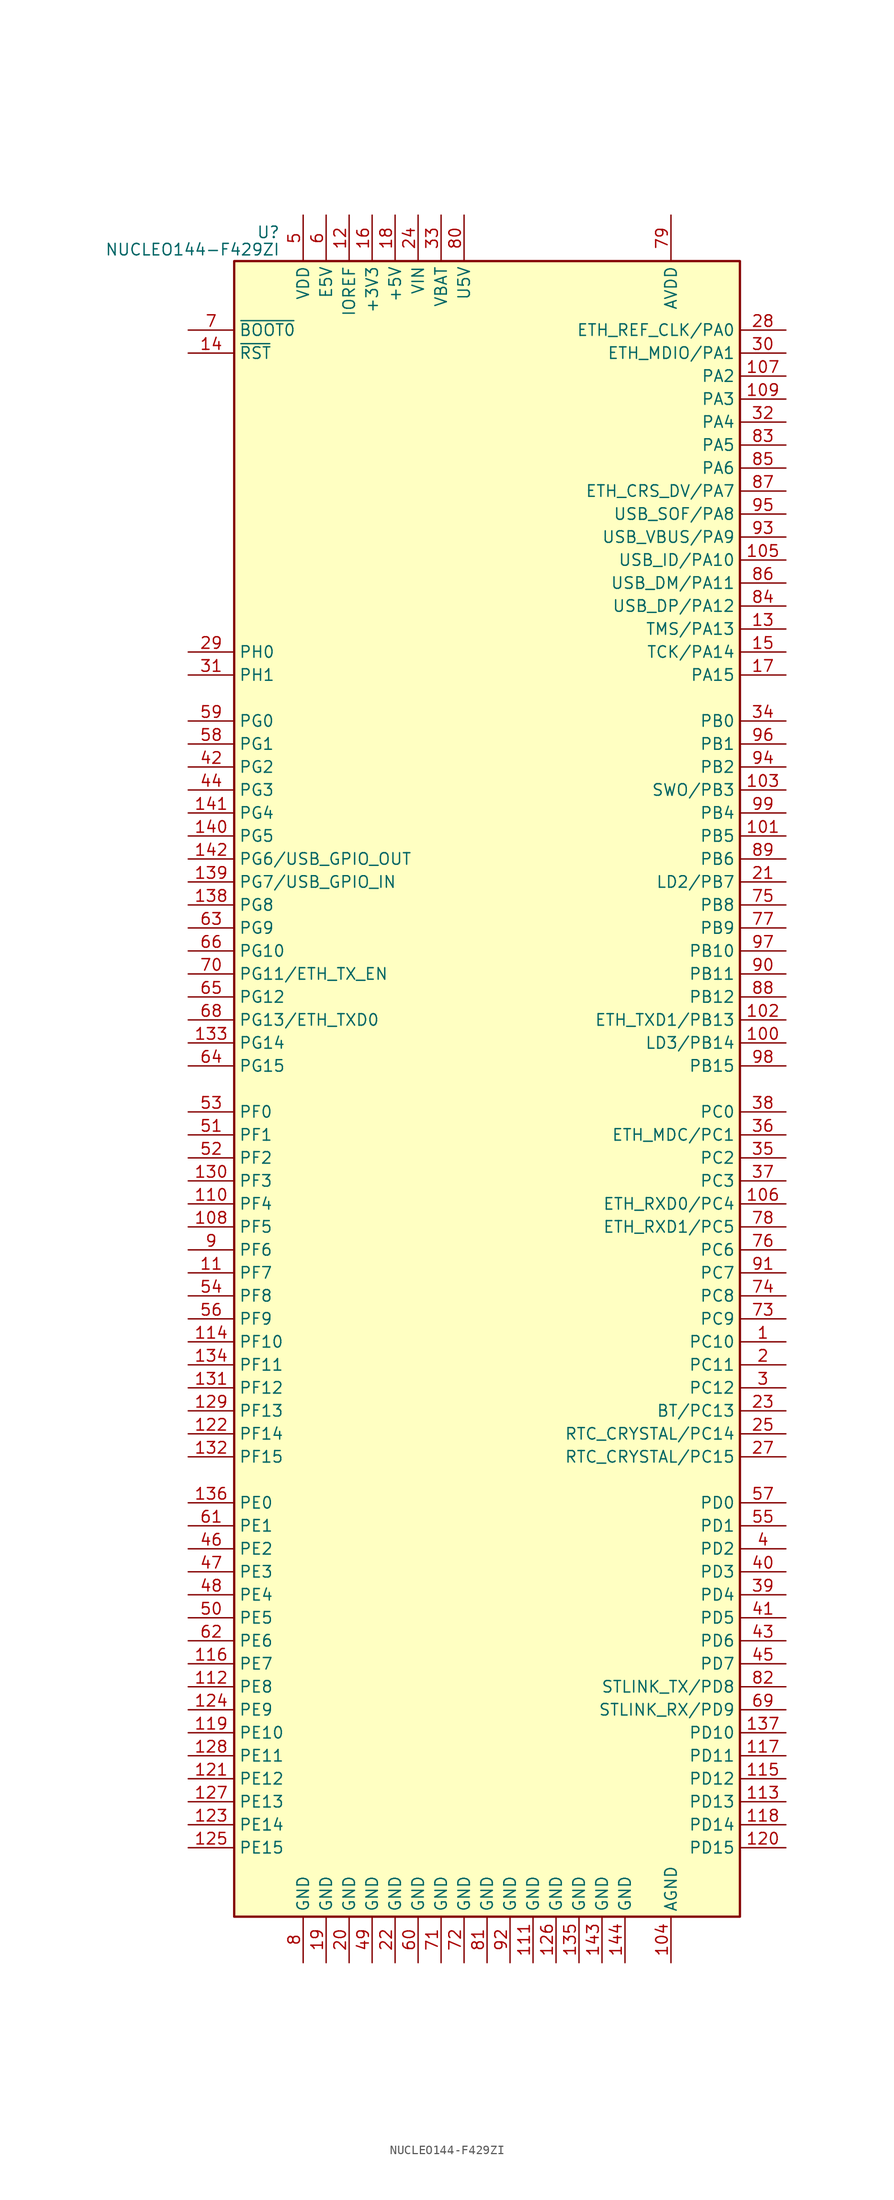
<source format=kicad_sym>
(kicad_symbol_lib
  (version 20201005)
  (generator kicad_symbol_editor)
  (symbol "NUCLEO144-F429ZI"
    (property "Reference" "U"
      (at -22.86 94.615 0)
      (effects (font (size 1.27 1.27)) (justify right)))
    (property "Value" "NUCLEO144-F429ZI"
      (at -22.86 92.71 0)
      (effects (font (size 1.27 1.27)) (justify right)))
    (symbol "NUCLEO144-F429ZI_0_1"
      (rectangle (start -27.94 -91.44) (end 27.94 91.44) (stroke (width 0.254)) (fill (type background))))
    (symbol "NUCLEO144-F429ZI_1_1"
      (pin bidirectional line (at 33.02 -27.94 180) (length 5.08) (name "PC10" (effects (font (size 1.27 1.27)))) (number "1" (effects (font (size 1.27 1.27)))))
      (pin no_connect line (at -33.02 55.88 0) (length 5.08) hide (name "NC" (effects (font (size 1.27 1.27)))) (number "10" (effects (font (size 1.27 1.27)))))
      (pin bidirectional line (at 33.02 5.08 180) (length 5.08) (name "LD3/PB14" (effects (font (size 1.27 1.27)))) (number "100" (effects (font (size 1.27 1.27)))))
      (pin bidirectional line (at 33.02 27.94 180) (length 5.08) (name "PB5" (effects (font (size 1.27 1.27)))) (number "101" (effects (font (size 1.27 1.27)))))
      (pin bidirectional line (at 33.02 7.62 180) (length 5.08) (name "ETH_TXD1/PB13" (effects (font (size 1.27 1.27)))) (number "102" (effects (font (size 1.27 1.27)))))
      (pin bidirectional line (at 33.02 33.02 180) (length 5.08) (name "SWO/PB3" (effects (font (size 1.27 1.27)))) (number "103" (effects (font (size 1.27 1.27)))))
      (pin power_in line (at 20.32 -96.52 90) (length 5.08) (name "AGND" (effects (font (size 1.27 1.27)))) (number "104" (effects (font (size 1.27 1.27)))))
      (pin bidirectional line (at 33.02 58.42 180) (length 5.08) (name "USB_ID/PA10" (effects (font (size 1.27 1.27)))) (number "105" (effects (font (size 1.27 1.27)))))
      (pin bidirectional line (at 33.02 -12.7 180) (length 5.08) (name "ETH_RXD0/PC4" (effects (font (size 1.27 1.27)))) (number "106" (effects (font (size 1.27 1.27)))))
      (pin bidirectional line (at 33.02 78.74 180) (length 5.08) (name "PA2" (effects (font (size 1.27 1.27)))) (number "107" (effects (font (size 1.27 1.27)))))
      (pin bidirectional line (at -33.02 -15.24 0) (length 5.08) (name "PF5" (effects (font (size 1.27 1.27)))) (number "108" (effects (font (size 1.27 1.27)))))
      (pin bidirectional line (at 33.02 76.2 180) (length 5.08) (name "PA3" (effects (font (size 1.27 1.27)))) (number "109" (effects (font (size 1.27 1.27)))))
      (pin bidirectional line (at -33.02 -20.32 0) (length 5.08) (name "PF7" (effects (font (size 1.27 1.27)))) (number "11" (effects (font (size 1.27 1.27)))))
      (pin bidirectional line (at -33.02 -12.7 0) (length 5.08) (name "PF4" (effects (font (size 1.27 1.27)))) (number "110" (effects (font (size 1.27 1.27)))))
      (pin power_in line (at 5.08 -96.52 90) (length 5.08) (name "GND" (effects (font (size 1.27 1.27)))) (number "111" (effects (font (size 1.27 1.27)))))
      (pin bidirectional line (at -33.02 -66.04 0) (length 5.08) (name "PE8" (effects (font (size 1.27 1.27)))) (number "112" (effects (font (size 1.27 1.27)))))
      (pin bidirectional line (at 33.02 -78.74 180) (length 5.08) (name "PD13" (effects (font (size 1.27 1.27)))) (number "113" (effects (font (size 1.27 1.27)))))
      (pin bidirectional line (at -33.02 -27.94 0) (length 5.08) (name "PF10" (effects (font (size 1.27 1.27)))) (number "114" (effects (font (size 1.27 1.27)))))
      (pin bidirectional line (at 33.02 -76.2 180) (length 5.08) (name "PD12" (effects (font (size 1.27 1.27)))) (number "115" (effects (font (size 1.27 1.27)))))
      (pin bidirectional line (at -33.02 -63.5 0) (length 5.08) (name "PE7" (effects (font (size 1.27 1.27)))) (number "116" (effects (font (size 1.27 1.27)))))
      (pin bidirectional line (at 33.02 -73.66 180) (length 5.08) (name "PD11" (effects (font (size 1.27 1.27)))) (number "117" (effects (font (size 1.27 1.27)))))
      (pin bidirectional line (at 33.02 -81.28 180) (length 5.08) (name "PD14" (effects (font (size 1.27 1.27)))) (number "118" (effects (font (size 1.27 1.27)))))
      (pin bidirectional line (at -33.02 -71.12 0) (length 5.08) (name "PE10" (effects (font (size 1.27 1.27)))) (number "119" (effects (font (size 1.27 1.27)))))
      (pin power_in line (at -15.24 96.52 270) (length 5.08) (name "IOREF" (effects (font (size 1.27 1.27)))) (number "12" (effects (font (size 1.27 1.27)))))
      (pin bidirectional line (at 33.02 -83.82 180) (length 5.08) (name "PD15" (effects (font (size 1.27 1.27)))) (number "120" (effects (font (size 1.27 1.27)))))
      (pin bidirectional line (at -33.02 -76.2 0) (length 5.08) (name "PE12" (effects (font (size 1.27 1.27)))) (number "121" (effects (font (size 1.27 1.27)))))
      (pin bidirectional line (at -33.02 -38.1 0) (length 5.08) (name "PF14" (effects (font (size 1.27 1.27)))) (number "122" (effects (font (size 1.27 1.27)))))
      (pin bidirectional line (at -33.02 -81.28 0) (length 5.08) (name "PE14" (effects (font (size 1.27 1.27)))) (number "123" (effects (font (size 1.27 1.27)))))
      (pin bidirectional line (at -33.02 -68.58 0) (length 5.08) (name "PE9" (effects (font (size 1.27 1.27)))) (number "124" (effects (font (size 1.27 1.27)))))
      (pin bidirectional line (at -33.02 -83.82 0) (length 5.08) (name "PE15" (effects (font (size 1.27 1.27)))) (number "125" (effects (font (size 1.27 1.27)))))
      (pin power_in line (at 7.62 -96.52 90) (length 5.08) (name "GND" (effects (font (size 1.27 1.27)))) (number "126" (effects (font (size 1.27 1.27)))))
      (pin bidirectional line (at -33.02 -78.74 0) (length 5.08) (name "PE13" (effects (font (size 1.27 1.27)))) (number "127" (effects (font (size 1.27 1.27)))))
      (pin bidirectional line (at -33.02 -73.66 0) (length 5.08) (name "PE11" (effects (font (size 1.27 1.27)))) (number "128" (effects (font (size 1.27 1.27)))))
      (pin bidirectional line (at -33.02 -35.56 0) (length 5.08) (name "PF13" (effects (font (size 1.27 1.27)))) (number "129" (effects (font (size 1.27 1.27)))))
      (pin bidirectional line (at 33.02 50.8 180) (length 5.08) (name "TMS/PA13" (effects (font (size 1.27 1.27)))) (number "13" (effects (font (size 1.27 1.27)))))
      (pin bidirectional line (at -33.02 -10.16 0) (length 5.08) (name "PF3" (effects (font (size 1.27 1.27)))) (number "130" (effects (font (size 1.27 1.27)))))
      (pin bidirectional line (at -33.02 -33.02 0) (length 5.08) (name "PF12" (effects (font (size 1.27 1.27)))) (number "131" (effects (font (size 1.27 1.27)))))
      (pin bidirectional line (at -33.02 -40.64 0) (length 5.08) (name "PF15" (effects (font (size 1.27 1.27)))) (number "132" (effects (font (size 1.27 1.27)))))
      (pin bidirectional line (at -33.02 5.08 0) (length 5.08) (name "PG14" (effects (font (size 1.27 1.27)))) (number "133" (effects (font (size 1.27 1.27)))))
      (pin bidirectional line (at -33.02 -30.48 0) (length 5.08) (name "PF11" (effects (font (size 1.27 1.27)))) (number "134" (effects (font (size 1.27 1.27)))))
      (pin power_in line (at 10.16 -96.52 90) (length 5.08) (name "GND" (effects (font (size 1.27 1.27)))) (number "135" (effects (font (size 1.27 1.27)))))
      (pin bidirectional line (at -33.02 -45.72 0) (length 5.08) (name "PE0" (effects (font (size 1.27 1.27)))) (number "136" (effects (font (size 1.27 1.27)))))
      (pin bidirectional line (at 33.02 -71.12 180) (length 5.08) (name "PD10" (effects (font (size 1.27 1.27)))) (number "137" (effects (font (size 1.27 1.27)))))
      (pin bidirectional line (at -33.02 20.32 0) (length 5.08) (name "PG8" (effects (font (size 1.27 1.27)))) (number "138" (effects (font (size 1.27 1.27)))))
      (pin bidirectional line (at -33.02 22.86 0) (length 5.08) (name "PG7/USB_GPIO_IN" (effects (font (size 1.27 1.27)))) (number "139" (effects (font (size 1.27 1.27)))))
      (pin input line (at -33.02 81.28 0) (length 5.08) (name "~RST" (effects (font (size 1.27 1.27)))) (number "14" (effects (font (size 1.27 1.27)))))
      (pin bidirectional line (at -33.02 27.94 0) (length 5.08) (name "PG5" (effects (font (size 1.27 1.27)))) (number "140" (effects (font (size 1.27 1.27)))))
      (pin bidirectional line (at -33.02 30.48 0) (length 5.08) (name "PG4" (effects (font (size 1.27 1.27)))) (number "141" (effects (font (size 1.27 1.27)))))
      (pin bidirectional line (at -33.02 25.4 0) (length 5.08) (name "PG6/USB_GPIO_OUT" (effects (font (size 1.27 1.27)))) (number "142" (effects (font (size 1.27 1.27)))))
      (pin power_in line (at 12.7 -96.52 90) (length 5.08) (name "GND" (effects (font (size 1.27 1.27)))) (number "143" (effects (font (size 1.27 1.27)))))
      (pin power_in line (at 15.24 -96.52 90) (length 5.08) (name "GND" (effects (font (size 1.27 1.27)))) (number "144" (effects (font (size 1.27 1.27)))))
      (pin bidirectional line (at 33.02 48.26 180) (length 5.08) (name "TCK/PA14" (effects (font (size 1.27 1.27)))) (number "15" (effects (font (size 1.27 1.27)))))
      (pin power_in line (at -12.7 96.52 270) (length 5.08) (name "+3V3" (effects (font (size 1.27 1.27)))) (number "16" (effects (font (size 1.27 1.27)))))
      (pin bidirectional line (at 33.02 45.72 180) (length 5.08) (name "PA15" (effects (font (size 1.27 1.27)))) (number "17" (effects (font (size 1.27 1.27)))))
      (pin power_in line (at -10.16 96.52 270) (length 5.08) (name "+5V" (effects (font (size 1.27 1.27)))) (number "18" (effects (font (size 1.27 1.27)))))
      (pin power_in line (at -17.78 -96.52 90) (length 5.08) (name "GND" (effects (font (size 1.27 1.27)))) (number "19" (effects (font (size 1.27 1.27)))))
      (pin bidirectional line (at 33.02 -30.48 180) (length 5.08) (name "PC11" (effects (font (size 1.27 1.27)))) (number "2" (effects (font (size 1.27 1.27)))))
      (pin power_in line (at -15.24 -96.52 90) (length 5.08) (name "GND" (effects (font (size 1.27 1.27)))) (number "20" (effects (font (size 1.27 1.27)))))
      (pin bidirectional line (at 33.02 22.86 180) (length 5.08) (name "LD2/PB7" (effects (font (size 1.27 1.27)))) (number "21" (effects (font (size 1.27 1.27)))))
      (pin power_in line (at -10.16 -96.52 90) (length 5.08) (name "GND" (effects (font (size 1.27 1.27)))) (number "22" (effects (font (size 1.27 1.27)))))
      (pin bidirectional line (at 33.02 -35.56 180) (length 5.08) (name "BT/PC13" (effects (font (size 1.27 1.27)))) (number "23" (effects (font (size 1.27 1.27)))))
      (pin power_in line (at -7.62 96.52 270) (length 5.08) (name "VIN" (effects (font (size 1.27 1.27)))) (number "24" (effects (font (size 1.27 1.27)))))
      (pin bidirectional line (at 33.02 -38.1 180) (length 5.08) (name "RTC_CRYSTAL/PC14" (effects (font (size 1.27 1.27)))) (number "25" (effects (font (size 1.27 1.27)))))
      (pin no_connect line (at -33.02 58.42 0) (length 5.08) hide (name "NC" (effects (font (size 1.27 1.27)))) (number "26" (effects (font (size 1.27 1.27)))))
      (pin bidirectional line (at 33.02 -40.64 180) (length 5.08) (name "RTC_CRYSTAL/PC15" (effects (font (size 1.27 1.27)))) (number "27" (effects (font (size 1.27 1.27)))))
      (pin bidirectional line (at 33.02 83.82 180) (length 5.08) (name "ETH_REF_CLK/PA0" (effects (font (size 1.27 1.27)))) (number "28" (effects (font (size 1.27 1.27)))))
      (pin bidirectional line (at -33.02 48.26 0) (length 5.08) (name "PH0" (effects (font (size 1.27 1.27)))) (number "29" (effects (font (size 1.27 1.27)))))
      (pin bidirectional line (at 33.02 -33.02 180) (length 5.08) (name "PC12" (effects (font (size 1.27 1.27)))) (number "3" (effects (font (size 1.27 1.27)))))
      (pin bidirectional line (at 33.02 81.28 180) (length 5.08) (name "ETH_MDIO/PA1" (effects (font (size 1.27 1.27)))) (number "30" (effects (font (size 1.27 1.27)))))
      (pin bidirectional line (at -33.02 45.72 0) (length 5.08) (name "PH1" (effects (font (size 1.27 1.27)))) (number "31" (effects (font (size 1.27 1.27)))))
      (pin bidirectional line (at 33.02 73.66 180) (length 5.08) (name "PA4" (effects (font (size 1.27 1.27)))) (number "32" (effects (font (size 1.27 1.27)))))
      (pin power_in line (at -5.08 96.52 270) (length 5.08) (name "VBAT" (effects (font (size 1.27 1.27)))) (number "33" (effects (font (size 1.27 1.27)))))
      (pin bidirectional line (at 33.02 40.64 180) (length 5.08) (name "PB0" (effects (font (size 1.27 1.27)))) (number "34" (effects (font (size 1.27 1.27)))))
      (pin bidirectional line (at 33.02 -7.62 180) (length 5.08) (name "PC2" (effects (font (size 1.27 1.27)))) (number "35" (effects (font (size 1.27 1.27)))))
      (pin bidirectional line (at 33.02 -5.08 180) (length 5.08) (name "ETH_MDC/PC1" (effects (font (size 1.27 1.27)))) (number "36" (effects (font (size 1.27 1.27)))))
      (pin bidirectional line (at 33.02 -10.16 180) (length 5.08) (name "PC3" (effects (font (size 1.27 1.27)))) (number "37" (effects (font (size 1.27 1.27)))))
      (pin bidirectional line (at 33.02 -2.54 180) (length 5.08) (name "PC0" (effects (font (size 1.27 1.27)))) (number "38" (effects (font (size 1.27 1.27)))))
      (pin bidirectional line (at 33.02 -55.88 180) (length 5.08) (name "PD4" (effects (font (size 1.27 1.27)))) (number "39" (effects (font (size 1.27 1.27)))))
      (pin bidirectional line (at 33.02 -50.8 180) (length 5.08) (name "PD2" (effects (font (size 1.27 1.27)))) (number "4" (effects (font (size 1.27 1.27)))))
      (pin bidirectional line (at 33.02 -53.34 180) (length 5.08) (name "PD3" (effects (font (size 1.27 1.27)))) (number "40" (effects (font (size 1.27 1.27)))))
      (pin bidirectional line (at 33.02 -58.42 180) (length 5.08) (name "PD5" (effects (font (size 1.27 1.27)))) (number "41" (effects (font (size 1.27 1.27)))))
      (pin bidirectional line (at -33.02 35.56 0) (length 5.08) (name "PG2" (effects (font (size 1.27 1.27)))) (number "42" (effects (font (size 1.27 1.27)))))
      (pin bidirectional line (at 33.02 -60.96 180) (length 5.08) (name "PD6" (effects (font (size 1.27 1.27)))) (number "43" (effects (font (size 1.27 1.27)))))
      (pin bidirectional line (at -33.02 33.02 0) (length 5.08) (name "PG3" (effects (font (size 1.27 1.27)))) (number "44" (effects (font (size 1.27 1.27)))))
      (pin bidirectional line (at 33.02 -63.5 180) (length 5.08) (name "PD7" (effects (font (size 1.27 1.27)))) (number "45" (effects (font (size 1.27 1.27)))))
      (pin bidirectional line (at -33.02 -50.8 0) (length 5.08) (name "PE2" (effects (font (size 1.27 1.27)))) (number "46" (effects (font (size 1.27 1.27)))))
      (pin bidirectional line (at -33.02 -53.34 0) (length 5.08) (name "PE3" (effects (font (size 1.27 1.27)))) (number "47" (effects (font (size 1.27 1.27)))))
      (pin bidirectional line (at -33.02 -55.88 0) (length 5.08) (name "PE4" (effects (font (size 1.27 1.27)))) (number "48" (effects (font (size 1.27 1.27)))))
      (pin power_in line (at -12.7 -96.52 90) (length 5.08) (name "GND" (effects (font (size 1.27 1.27)))) (number "49" (effects (font (size 1.27 1.27)))))
      (pin power_in line (at -20.32 96.52 270) (length 5.08) (name "VDD" (effects (font (size 1.27 1.27)))) (number "5" (effects (font (size 1.27 1.27)))))
      (pin bidirectional line (at -33.02 -58.42 0) (length 5.08) (name "PE5" (effects (font (size 1.27 1.27)))) (number "50" (effects (font (size 1.27 1.27)))))
      (pin bidirectional line (at -33.02 -5.08 0) (length 5.08) (name "PF1" (effects (font (size 1.27 1.27)))) (number "51" (effects (font (size 1.27 1.27)))))
      (pin bidirectional line (at -33.02 -7.62 0) (length 5.08) (name "PF2" (effects (font (size 1.27 1.27)))) (number "52" (effects (font (size 1.27 1.27)))))
      (pin bidirectional line (at -33.02 -2.54 0) (length 5.08) (name "PF0" (effects (font (size 1.27 1.27)))) (number "53" (effects (font (size 1.27 1.27)))))
      (pin bidirectional line (at -33.02 -22.86 0) (length 5.08) (name "PF8" (effects (font (size 1.27 1.27)))) (number "54" (effects (font (size 1.27 1.27)))))
      (pin bidirectional line (at 33.02 -48.26 180) (length 5.08) (name "PD1" (effects (font (size 1.27 1.27)))) (number "55" (effects (font (size 1.27 1.27)))))
      (pin bidirectional line (at -33.02 -25.4 0) (length 5.08) (name "PF9" (effects (font (size 1.27 1.27)))) (number "56" (effects (font (size 1.27 1.27)))))
      (pin bidirectional line (at 33.02 -45.72 180) (length 5.08) (name "PD0" (effects (font (size 1.27 1.27)))) (number "57" (effects (font (size 1.27 1.27)))))
      (pin bidirectional line (at -33.02 38.1 0) (length 5.08) (name "PG1" (effects (font (size 1.27 1.27)))) (number "58" (effects (font (size 1.27 1.27)))))
      (pin bidirectional line (at -33.02 40.64 0) (length 5.08) (name "PG0" (effects (font (size 1.27 1.27)))) (number "59" (effects (font (size 1.27 1.27)))))
      (pin power_in line (at -17.78 96.52 270) (length 5.08) (name "E5V" (effects (font (size 1.27 1.27)))) (number "6" (effects (font (size 1.27 1.27)))))
      (pin power_in line (at -7.62 -96.52 90) (length 5.08) (name "GND" (effects (font (size 1.27 1.27)))) (number "60" (effects (font (size 1.27 1.27)))))
      (pin bidirectional line (at -33.02 -48.26 0) (length 5.08) (name "PE1" (effects (font (size 1.27 1.27)))) (number "61" (effects (font (size 1.27 1.27)))))
      (pin bidirectional line (at -33.02 -60.96 0) (length 5.08) (name "PE6" (effects (font (size 1.27 1.27)))) (number "62" (effects (font (size 1.27 1.27)))))
      (pin bidirectional line (at -33.02 17.78 0) (length 5.08) (name "PG9" (effects (font (size 1.27 1.27)))) (number "63" (effects (font (size 1.27 1.27)))))
      (pin bidirectional line (at -33.02 2.54 0) (length 5.08) (name "PG15" (effects (font (size 1.27 1.27)))) (number "64" (effects (font (size 1.27 1.27)))))
      (pin bidirectional line (at -33.02 10.16 0) (length 5.08) (name "PG12" (effects (font (size 1.27 1.27)))) (number "65" (effects (font (size 1.27 1.27)))))
      (pin bidirectional line (at -33.02 15.24 0) (length 5.08) (name "PG10" (effects (font (size 1.27 1.27)))) (number "66" (effects (font (size 1.27 1.27)))))
      (pin no_connect line (at -33.02 53.34 0) (length 5.08) hide (name "NC" (effects (font (size 1.27 1.27)))) (number "67" (effects (font (size 1.27 1.27)))))
      (pin bidirectional line (at -33.02 7.62 0) (length 5.08) (name "PG13/ETH_TXD0" (effects (font (size 1.27 1.27)))) (number "68" (effects (font (size 1.27 1.27)))))
      (pin bidirectional line (at 33.02 -68.58 180) (length 5.08) (name "STLINK_RX/PD9" (effects (font (size 1.27 1.27)))) (number "69" (effects (font (size 1.27 1.27)))))
      (pin input line (at -33.02 83.82 0) (length 5.08) (name "~BOOT0" (effects (font (size 1.27 1.27)))) (number "7" (effects (font (size 1.27 1.27)))))
      (pin bidirectional line (at -33.02 12.7 0) (length 5.08) (name "PG11/ETH_TX_EN" (effects (font (size 1.27 1.27)))) (number "70" (effects (font (size 1.27 1.27)))))
      (pin power_in line (at -5.08 -96.52 90) (length 5.08) (name "GND" (effects (font (size 1.27 1.27)))) (number "71" (effects (font (size 1.27 1.27)))))
      (pin power_in line (at -2.54 -96.52 90) (length 5.08) (name "GND" (effects (font (size 1.27 1.27)))) (number "72" (effects (font (size 1.27 1.27)))))
      (pin bidirectional line (at 33.02 -25.4 180) (length 5.08) (name "PC9" (effects (font (size 1.27 1.27)))) (number "73" (effects (font (size 1.27 1.27)))))
      (pin bidirectional line (at 33.02 -22.86 180) (length 5.08) (name "PC8" (effects (font (size 1.27 1.27)))) (number "74" (effects (font (size 1.27 1.27)))))
      (pin bidirectional line (at 33.02 20.32 180) (length 5.08) (name "PB8" (effects (font (size 1.27 1.27)))) (number "75" (effects (font (size 1.27 1.27)))))
      (pin bidirectional line (at 33.02 -17.78 180) (length 5.08) (name "PC6" (effects (font (size 1.27 1.27)))) (number "76" (effects (font (size 1.27 1.27)))))
      (pin bidirectional line (at 33.02 17.78 180) (length 5.08) (name "PB9" (effects (font (size 1.27 1.27)))) (number "77" (effects (font (size 1.27 1.27)))))
      (pin bidirectional line (at 33.02 -15.24 180) (length 5.08) (name "ETH_RXD1/PC5" (effects (font (size 1.27 1.27)))) (number "78" (effects (font (size 1.27 1.27)))))
      (pin power_in line (at 20.32 96.52 270) (length 5.08) (name "AVDD" (effects (font (size 1.27 1.27)))) (number "79" (effects (font (size 1.27 1.27)))))
      (pin power_in line (at -20.32 -96.52 90) (length 5.08) (name "GND" (effects (font (size 1.27 1.27)))) (number "8" (effects (font (size 1.27 1.27)))))
      (pin power_in line (at -2.54 96.52 270) (length 5.08) (name "U5V" (effects (font (size 1.27 1.27)))) (number "80" (effects (font (size 1.27 1.27)))))
      (pin power_in line (at 0 -96.52 90) (length 5.08) (name "GND" (effects (font (size 1.27 1.27)))) (number "81" (effects (font (size 1.27 1.27)))))
      (pin bidirectional line (at 33.02 -66.04 180) (length 5.08) (name "STLINK_TX/PD8" (effects (font (size 1.27 1.27)))) (number "82" (effects (font (size 1.27 1.27)))))
      (pin bidirectional line (at 33.02 71.12 180) (length 5.08) (name "PA5" (effects (font (size 1.27 1.27)))) (number "83" (effects (font (size 1.27 1.27)))))
      (pin bidirectional line (at 33.02 53.34 180) (length 5.08) (name "USB_DP/PA12" (effects (font (size 1.27 1.27)))) (number "84" (effects (font (size 1.27 1.27)))))
      (pin bidirectional line (at 33.02 68.58 180) (length 5.08) (name "PA6" (effects (font (size 1.27 1.27)))) (number "85" (effects (font (size 1.27 1.27)))))
      (pin bidirectional line (at 33.02 55.88 180) (length 5.08) (name "USB_DM/PA11" (effects (font (size 1.27 1.27)))) (number "86" (effects (font (size 1.27 1.27)))))
      (pin bidirectional line (at 33.02 66.04 180) (length 5.08) (name "ETH_CRS_DV/PA7" (effects (font (size 1.27 1.27)))) (number "87" (effects (font (size 1.27 1.27)))))
      (pin bidirectional line (at 33.02 10.16 180) (length 5.08) (name "PB12" (effects (font (size 1.27 1.27)))) (number "88" (effects (font (size 1.27 1.27)))))
      (pin bidirectional line (at 33.02 25.4 180) (length 5.08) (name "PB6" (effects (font (size 1.27 1.27)))) (number "89" (effects (font (size 1.27 1.27)))))
      (pin bidirectional line (at -33.02 -17.78 0) (length 5.08) (name "PF6" (effects (font (size 1.27 1.27)))) (number "9" (effects (font (size 1.27 1.27)))))
      (pin bidirectional line (at 33.02 12.7 180) (length 5.08) (name "PB11" (effects (font (size 1.27 1.27)))) (number "90" (effects (font (size 1.27 1.27)))))
      (pin bidirectional line (at 33.02 -20.32 180) (length 5.08) (name "PC7" (effects (font (size 1.27 1.27)))) (number "91" (effects (font (size 1.27 1.27)))))
      (pin power_in line (at 2.54 -96.52 90) (length 5.08) (name "GND" (effects (font (size 1.27 1.27)))) (number "92" (effects (font (size 1.27 1.27)))))
      (pin bidirectional line (at 33.02 60.96 180) (length 5.08) (name "USB_VBUS/PA9" (effects (font (size 1.27 1.27)))) (number "93" (effects (font (size 1.27 1.27)))))
      (pin bidirectional line (at 33.02 35.56 180) (length 5.08) (name "PB2" (effects (font (size 1.27 1.27)))) (number "94" (effects (font (size 1.27 1.27)))))
      (pin bidirectional line (at 33.02 63.5 180) (length 5.08) (name "USB_SOF/PA8" (effects (font (size 1.27 1.27)))) (number "95" (effects (font (size 1.27 1.27)))))
      (pin bidirectional line (at 33.02 38.1 180) (length 5.08) (name "PB1" (effects (font (size 1.27 1.27)))) (number "96" (effects (font (size 1.27 1.27)))))
      (pin bidirectional line (at 33.02 15.24 180) (length 5.08) (name "PB10" (effects (font (size 1.27 1.27)))) (number "97" (effects (font (size 1.27 1.27)))))
      (pin bidirectional line (at 33.02 2.54 180) (length 5.08) (name "PB15" (effects (font (size 1.27 1.27)))) (number "98" (effects (font (size 1.27 1.27)))))
      (pin bidirectional line (at 33.02 30.48 180) (length 5.08) (name "PB4" (effects (font (size 1.27 1.27)))) (number "99" (effects (font (size 1.27 1.27))))))))
</source>
